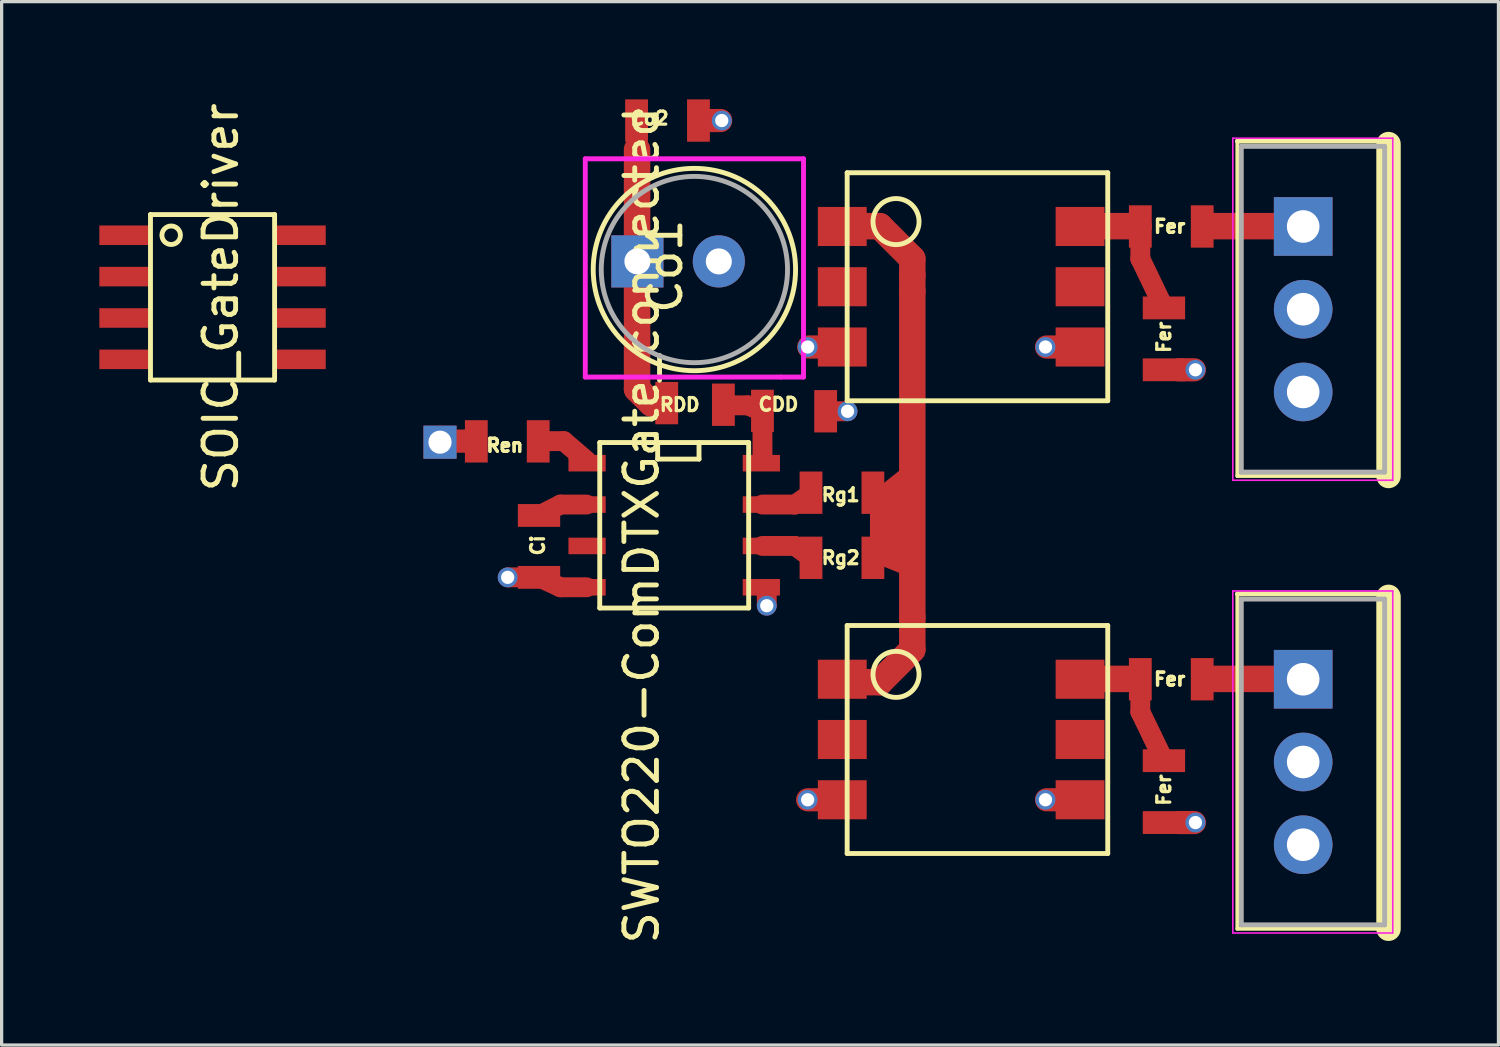
<source format=kicad_pcb>
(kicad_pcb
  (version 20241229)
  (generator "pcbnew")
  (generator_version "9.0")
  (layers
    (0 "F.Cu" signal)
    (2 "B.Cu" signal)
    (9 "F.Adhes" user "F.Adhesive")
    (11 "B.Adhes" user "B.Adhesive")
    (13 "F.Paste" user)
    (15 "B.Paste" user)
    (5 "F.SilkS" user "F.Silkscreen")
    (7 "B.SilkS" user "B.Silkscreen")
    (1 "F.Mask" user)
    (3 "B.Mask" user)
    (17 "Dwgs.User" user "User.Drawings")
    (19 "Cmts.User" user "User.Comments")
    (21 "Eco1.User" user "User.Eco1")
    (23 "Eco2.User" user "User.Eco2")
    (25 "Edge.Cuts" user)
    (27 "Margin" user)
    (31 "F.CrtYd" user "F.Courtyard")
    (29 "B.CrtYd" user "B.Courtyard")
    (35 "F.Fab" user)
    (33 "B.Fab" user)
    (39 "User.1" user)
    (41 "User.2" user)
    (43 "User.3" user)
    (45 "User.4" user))
  (footprint "SOIC_GateDriver"
    (layer "F.Cu")
    (at 3.475 6.077)
    (property "Reference" "SOIC_GateDriver" (at 0.254 0 90) (layer "F.SilkS") (effects (font (size 1 1) (thickness 0.15))))
    (attr through_hole)
    (fp_line (start -1.905 -2.54) (end 1.905 -2.54) (stroke (width 0.15) (type solid)) (layer "F.SilkS"))
    (fp_line (start -1.905 2.54) (end -1.905 -2.54) (stroke (width 0.15) (type solid)) (layer "F.SilkS"))
    (fp_line (start 1.905 -2.54) (end 1.905 2.54) (stroke (width 0.15) (type solid)) (layer "F.SilkS"))
    (fp_line (start 1.905 2.54) (end -1.905 2.54) (stroke (width 0.15) (type solid)) (layer "F.SilkS"))
    (fp_circle (center -1.27 -1.905) (end -1.524 -2.032) (stroke (width 0.15) (type solid)) (fill no) (layer "F.SilkS"))
    (pad "1" smd rect (at -2.7 -1.905 90) (size 0.6 1.55) (layers "F.Cu" "F.Mask" "F.Paste"))
    (pad "2" smd rect (at -2.7 -0.635 90) (size 0.6 1.55) (layers "F.Cu" "F.Mask" "F.Paste"))
    (pad "3" smd rect (at -2.7 0.635 90) (size 0.6 1.55) (layers "F.Cu" "F.Mask" "F.Paste"))
    (pad "4" smd rect (at -2.7 1.905 90) (size 0.6 1.55) (layers "F.Cu" "F.Mask" "F.Paste"))
    (pad "5" smd rect (at 2.7 1.905 90) (size 0.6 1.55) (layers "F.Cu" "F.Mask" "F.Paste"))
    (pad "6" smd rect (at 2.7 0.635 90) (size 0.6 1.55) (layers "F.Cu" "F.Mask" "F.Paste"))
    (pad "7" smd rect (at 2.7 -0.635 90) (size 0.6 1.55) (layers "F.Cu" "F.Mask" "F.Paste"))
    (pad "8" smd rect (at 2.7 -1.905 90) (size 0.6 1.55) (layers "F.Cu" "F.Mask" "F.Paste")))
  (footprint "SWTO220-ComDTXGate_connected"
    (layer "F.Cu")
    (at 36.958 13.393)
    (property "Reference" "SWTO220-ComDTXGate_connected" (at -20.31 -0.318 90) (layer "F.SilkS") (effects (font (size 1 1) (thickness 0.15))))
    (attr smd)
    (fp_line (start -26.5 -2.9) (end -25.6 -2.9) (stroke (width 0.711) (type solid)) (layer "F.Cu"))
    (fp_line (start -23.907 1.282) (end -24.39 1.282) (stroke (width 0.61) (type solid)) (layer "F.Cu"))
    (fp_line (start -23.5 -2.9) (end -22.7 -2.9) (stroke (width 0.61) (type solid)) (layer "F.Cu"))
    (fp_line (start -22.8 -0.953) (end -23.46 -0.618) (stroke (width 0.61) (type solid)) (layer "F.Cu"))
    (fp_line (start -22.8 1.587) (end -23.46 1.282) (stroke (width 0.61) (type solid)) (layer "F.Cu"))
    (fp_line (start -22.7 -2.9) (end -22 -2.3) (stroke (width 0.61) (type solid)) (layer "F.Cu"))
    (fp_line (start -22 -0.953) (end -22.8 -0.953) (stroke (width 0.61) (type solid)) (layer "F.Cu"))
    (fp_line (start -22 1.587) (end -22.8 1.587) (stroke (width 0.61) (type solid)) (layer "F.Cu"))
    (fp_line (start -20.45 -11.85) (end -20.45 -12.75) (stroke (width 0.61) (type solid)) (layer "F.Cu"))
    (fp_line (start -20.45 -8.45) (end -20.45 -11.85) (stroke (width 0.813) (type solid)) (layer "F.Cu"))
    (fp_line (start -20.45 -8.4) (end -20.45 -4.5) (stroke (width 0.813) (type solid)) (layer "F.Cu"))
    (fp_line (start -20.45 -4.5) (end -20 -4.05) (stroke (width 0.813) (type solid)) (layer "F.Cu"))
    (fp_line (start -20 -4.05) (end -19.7 -4.05) (stroke (width 0.61) (type solid)) (layer "F.Cu"))
    (fp_line (start -18.364 -12.742) (end -17.882 -12.742) (stroke (width 0.711) (type solid)) (layer "F.Cu"))
    (fp_line (start -17.8 -4) (end -17.05 -4) (stroke (width 0.61) (type solid)) (layer "F.Cu"))
    (fp_line (start -17.05 -4) (end -16.6 -3.8) (stroke (width 0.61) (type solid)) (layer "F.Cu"))
    (fp_line (start -16.6 -3.85) (end -16.6 -2.35) (stroke (width 0.61) (type solid)) (layer "F.Cu"))
    (fp_line (start -16.6 -0.953) (end -15.6 -0.953) (stroke (width 0.61) (type solid)) (layer "F.Cu"))
    (fp_line (start -16.6 0.318) (end -15.6 0.318) (stroke (width 0.61) (type solid)) (layer "F.Cu"))
    (fp_line (start -16.468 1.637) (end -16.468 2.12) (stroke (width 0.61) (type solid)) (layer "F.Cu"))
    (fp_line (start -15.1 -1.3) (end -15.6 -0.953) (stroke (width 0.61) (type solid)) (layer "F.Cu"))
    (fp_line (start -15.1 0.682) (end -15.6 0.318) (stroke (width 0.61) (type solid)) (layer "F.Cu"))
    (fp_line (start -14.697 -5.79) (end -15.18 -5.79) (stroke (width 0.711) (type solid)) (layer "F.Cu"))
    (fp_line (start -14.697 8.11) (end -15.212 8.11) (stroke (width 0.711) (type solid)) (layer "F.Cu"))
    (fp_line (start -14.503 -3.817) (end -14.02 -3.817) (stroke (width 0.61) (type solid)) (layer "F.Cu"))
    (fp_line (start -13 -9.5) (end -14 -9.5) (stroke (width 0.813) (type solid)) (layer "F.Cu"))
    (fp_line (start -13 4.5) (end -14 4.5) (stroke (width 0.813) (type solid)) (layer "F.Cu"))
    (fp_line (start -12 -8.5) (end -13 -9.5) (stroke (width 0.813) (type solid)) (layer "F.Cu"))
    (fp_line (start -12 -8) (end -12 -8.5) (stroke (width 0.813) (type solid)) (layer "F.Cu"))
    (fp_line (start -12 -7.5) (end -12 -8) (stroke (width 0.813) (type solid)) (layer "F.Cu"))
    (fp_line (start -12 2.5) (end -12 -7.5) (stroke (width 0.813) (type solid)) (layer "F.Cu"))
    (fp_line (start -12 2.5) (end -12 3.5) (stroke (width 0.813) (type solid)) (layer "F.Cu"))
    (fp_line (start -12 3.5) (end -13 4.5) (stroke (width 0.813) (type solid)) (layer "F.Cu"))
    (fp_line (start -7.397 -5.79) (end -7.88 -5.79) (stroke (width 0.711) (type solid)) (layer "F.Cu"))
    (fp_line (start -7.397 8.11) (end -7.88 8.11) (stroke (width 0.711) (type solid)) (layer "F.Cu"))
    (fp_line (start -6.7 4.4) (end -5.3 4.4) (stroke (width 0.813) (type solid)) (layer "F.Cu"))
    (fp_line (start -5.25 -9.5) (end -6.75 -9.5) (stroke (width 0.813) (type solid)) (layer "F.Cu"))
    (fp_line (start -5 -9.5) (end -5.5 -9.5) (stroke (width 0.711) (type solid)) (layer "F.Cu"))
    (fp_line (start -5 -9.49) (end -5 -8.49) (stroke (width 0.61) (type solid)) (layer "F.Cu"))
    (fp_line (start -5 4.41) (end -5 5.41) (stroke (width 0.61) (type solid)) (layer "F.Cu"))
    (fp_line (start -4.275 -6.99) (end -5 -8.5) (stroke (width 0.61) (type solid)) (layer "F.Cu"))
    (fp_line (start -4.275 6.91) (end -5 5.41) (stroke (width 0.61) (type solid)) (layer "F.Cu"))
    (fp_line (start -3.823 8.81) (end -3.34 8.81) (stroke (width 0.711) (type solid)) (layer "F.Cu"))
    (fp_line (start -3.34 -5.09) (end -3.823 -5.09) (stroke (width 0.711) (type solid)) (layer "F.Cu"))
    (fp_line (start -3 -9.5) (end 0 -9.5) (stroke (width 0.813) (type solid)) (layer "F.Cu"))
    (fp_line (start -2.9 4.4) (end 0 4.4) (stroke (width 0.813) (type solid)) (layer "F.Cu"))
    (fp_poly (pts (xy -13.25 -1.25) (xy -13.25 0.75) (xy -12 1.25) (xy -12 -2.25)) (stroke (width 0.1) (type solid)) (fill yes) (layer "F.Cu"))
    (fp_line (start -21.596 -2.857) (end -17.024 -2.857) (stroke (width 0.15) (type solid)) (layer "F.SilkS"))
    (fp_line (start -21.596 2.223) (end -21.596 -2.857) (stroke (width 0.15) (type solid)) (layer "F.SilkS"))
    (fp_line (start -19.818 -2.349) (end -19.818 -2.857) (stroke (width 0.15) (type solid)) (layer "F.SilkS"))
    (fp_line (start -18.548 -2.857) (end -18.548 -2.349) (stroke (width 0.15) (type solid)) (layer "F.SilkS"))
    (fp_line (start -18.548 -2.349) (end -19.818 -2.349) (stroke (width 0.15) (type solid)) (layer "F.SilkS"))
    (fp_line (start -17.024 -2.857) (end -17.024 2.223) (stroke (width 0.15) (type solid)) (layer "F.SilkS"))
    (fp_line (start -17.024 2.223) (end -21.596 2.223) (stroke (width 0.15) (type solid)) (layer "F.SilkS"))
    (fp_line (start -14 -11.14) (end -6 -11.14) (stroke (width 0.15) (type solid)) (layer "F.SilkS"))
    (fp_line (start -14 -4.14) (end -14 -11.14) (stroke (width 0.15) (type solid)) (layer "F.SilkS"))
    (fp_line (start -14 2.76) (end -6 2.76) (stroke (width 0.15) (type solid)) (layer "F.SilkS"))
    (fp_line (start -14 9.76) (end -14 2.76) (stroke (width 0.15) (type solid)) (layer "F.SilkS"))
    (fp_line (start -6 -11.14) (end -6 -4.14) (stroke (width 0.15) (type solid)) (layer "F.SilkS"))
    (fp_line (start -6 -4.14) (end -14 -4.14) (stroke (width 0.15) (type solid)) (layer "F.SilkS"))
    (fp_line (start -6 2.76) (end -6 9.76) (stroke (width 0.15) (type solid)) (layer "F.SilkS"))
    (fp_line (start -6 9.76) (end -14 9.76) (stroke (width 0.15) (type solid)) (layer "F.SilkS"))
    (fp_line (start -2.021 -12.07) (end -2.021 -1.83) (stroke (width 0.12) (type solid)) (layer "F.SilkS"))
    (fp_line (start -2.021 1.83) (end -2.021 12.07) (stroke (width 0.12) (type solid)) (layer "F.SilkS"))
    (fp_line (start 2.62 -12.11) (end -2.021 -12.11) (stroke (width 0.15) (type solid)) (layer "F.SilkS"))
    (fp_line (start 2.62 -12.02) (end 2.62 -1.83) (stroke (width 0.75) (type solid)) (layer "F.SilkS"))
    (fp_line (start 2.62 -1.83) (end -2.021 -1.83) (stroke (width 0.12) (type solid)) (layer "F.SilkS"))
    (fp_line (start 2.62 1.79) (end -2.021 1.79) (stroke (width 0.15) (type solid)) (layer "F.SilkS"))
    (fp_line (start 2.62 1.88) (end 2.62 12.07) (stroke (width 0.75) (type solid)) (layer "F.SilkS"))
    (fp_line (start 2.62 12.07) (end -2.021 12.07) (stroke (width 0.12) (type solid)) (layer "F.SilkS"))
    (fp_circle (center -18.69 -8.168) (end -20.39 -10.768) (stroke (width 0.15) (type solid)) (fill no) (layer "F.SilkS"))
    (fp_circle (center -12.5 -9.64) (end -13 -10.14) (stroke (width 0.15) (type solid)) (fill no) (layer "F.SilkS"))
    (fp_circle (center -12.5 4.26) (end -13 3.76) (stroke (width 0.15) (type solid)) (fill no) (layer "F.SilkS"))
    (fp_line (start -22.04 -11.568) (end -15.34 -11.568) (stroke (width 0.15) (type solid)) (layer "F.CrtYd"))
    (fp_line (start -22.04 -4.867) (end -22.04 -11.568) (stroke (width 0.15) (type solid)) (layer "F.CrtYd"))
    (fp_line (start -22.04 -4.867) (end -16.04 -4.867) (stroke (width 0.15) (type solid)) (layer "F.CrtYd"))
    (fp_line (start -16.04 -4.867) (end -15.34 -4.867) (stroke (width 0.15) (type solid)) (layer "F.CrtYd"))
    (fp_line (start -15.34 -11.568) (end -15.34 -4.867) (stroke (width 0.15) (type solid)) (layer "F.CrtYd"))
    (fp_line (start -2.16 -12.2) (end -2.16 -1.7) (stroke (width 0.05) (type solid)) (layer "F.CrtYd"))
    (fp_line (start -2.16 -1.7) (end 2.75 -1.7) (stroke (width 0.05) (type solid)) (layer "F.CrtYd"))
    (fp_line (start -2.16 1.7) (end -2.16 12.2) (stroke (width 0.05) (type solid)) (layer "F.CrtYd"))
    (fp_line (start -2.16 12.2) (end 2.75 12.2) (stroke (width 0.05) (type solid)) (layer "F.CrtYd"))
    (fp_line (start 2.75 -12.2) (end -2.16 -12.2) (stroke (width 0.05) (type solid)) (layer "F.CrtYd"))
    (fp_line (start 2.75 -1.7) (end 2.75 -12.2) (stroke (width 0.05) (type solid)) (layer "F.CrtYd"))
    (fp_line (start 2.75 1.7) (end -2.16 1.7) (stroke (width 0.05) (type solid)) (layer "F.CrtYd"))
    (fp_line (start 2.75 12.2) (end 2.75 1.7) (stroke (width 0.05) (type solid)) (layer "F.CrtYd"))
    (fp_line (start -1.9 -11.95) (end -1.9 -1.95) (stroke (width 0.15) (type solid)) (layer "F.Fab"))
    (fp_line (start -1.9 -1.95) (end 2.5 -1.95) (stroke (width 0.15) (type solid)) (layer "F.Fab"))
    (fp_line (start -1.9 1.95) (end -1.9 11.95) (stroke (width 0.15) (type solid)) (layer "F.Fab"))
    (fp_line (start -1.9 11.95) (end 2.5 11.95) (stroke (width 0.15) (type solid)) (layer "F.Fab"))
    (fp_line (start 2.5 -11.95) (end -1.9 -11.95) (stroke (width 0.15) (type solid)) (layer "F.Fab"))
    (fp_line (start 2.5 -1.95) (end 2.5 -11.95) (stroke (width 0.15) (type solid)) (layer "F.Fab"))
    (fp_line (start 2.5 1.95) (end -1.9 1.95) (stroke (width 0.15) (type solid)) (layer "F.Fab"))
    (fp_line (start 2.5 11.95) (end 2.5 1.95) (stroke (width 0.15) (type solid)) (layer "F.Fab"))
    (fp_circle (center -18.69 -8.168) (end -20.39 -10.467) (stroke (width 0.15) (type solid)) (fill no) (layer "F.Fab"))
    (fp_text user "CDD" (at -16.11 -4.027 180) (layer "F.SilkS") (effects (font (size 0.4 0.4) (thickness 0.1))))
    (fp_text user "Ren" (at -24.51 -2.768 0) (layer "F.SilkS") (effects (font (size 0.4 0.4) (thickness 0.1))))
    (fp_text user "Co2" (at -20.065 -12.812 0) (layer "F.SilkS") (effects (font (size 0.4 0.4) (thickness 0.1))))
    (fp_text user "RDD" (at -19.14 -4.018 180) (layer "F.SilkS") (effects (font (size 0.4 0.4) (thickness 0.1))))
    (fp_text user "Rg1" (at -14.2 -1.25 0) (layer "F.SilkS") (effects (font (size 0.4 0.4) (thickness 0.1))))
    (fp_text user "Fer" (at -4.1 4.41 180) (layer "F.SilkS") (effects (font (size 0.4 0.4) (thickness 0.1))))
    (fp_text user "Fer" (at -4.275 7.81 90) (layer "F.SilkS") (effects (font (size 0.4 0.4) (thickness 0.1))))
    (fp_text user "Ren" (at -24.51 -2.768 0) (layer "F.SilkS") (effects (font (size 0.4 0.4) (thickness 0.1))))
    (fp_text user "Fer" (at -4.1 4.41 180) (layer "F.SilkS") (effects (font (size 0.4 0.4) (thickness 0.1))))
    (fp_text user "Rg2" (at -14.2 0.682 0) (layer "F.SilkS") (effects (font (size 0.4 0.4) (thickness 0.1))))
    (fp_text user "Fer" (at -4.275 -6.09 90) (layer "F.SilkS") (effects (font (size 0.4 0.4) (thickness 0.1))))
    (fp_text user "Co1" (at -19.59 -8.268 270) (layer "F.SilkS") (effects (font (size 1 1) (thickness 0.15))))
    (fp_text user "Fer" (at -4.1 -9.49 180) (layer "F.SilkS") (effects (font (size 0.4 0.4) (thickness 0.1))))
    (fp_text user "Fer" (at -4.1 -9.49 180) (layer "F.SilkS") (effects (font (size 0.4 0.4) (thickness 0.1))))
    (fp_text user "Ci" (at -23.5 0.3 90) (layer "F.SilkS") (effects (font (size 0.4 0.4) (thickness 0.1))))
    (pad "+Vo" smd rect (at -20.465 -12.742 180) (size 0.7 1.3) (layers "F.Cu" "F.Mask" "F.Paste"))
    (pad "+Vo" thru_hole rect (at -20.44 -8.418 90) (size 1.6 1.6) (drill 0.8) (layers "*.Cu" "*.Mask"))
    (pad "+Vo" smd rect (at -19.54 -4.067 180) (size 0.7 1.3) (layers "F.Cu" "F.Mask" "F.Paste"))
    (pad "1" smd rect (at -14.15 -9.49 180) (size 1.5 1.2) (layers "F.Cu" "F.Mask" "F.Paste"))
    (pad "1" smd rect (at -14.15 4.41 180) (size 1.5 1.2) (layers "F.Cu" "F.Mask" "F.Paste"))
    (pad "1" smd rect (at -13.21 -1.317) (size 0.7 1.3) (layers "F.Cu" "F.Mask" "F.Paste"))
    (pad "1" smd rect (at -13.21 0.682) (size 0.7 1.3) (layers "F.Cu" "F.Mask" "F.Paste"))
    (pad "2a" smd rect (at -14.15 -7.64 180) (size 1.5 1.2) (layers "F.Cu" "F.Mask" "F.Paste"))
    (pad "2b" smd rect (at -14.15 6.26 180) (size 1.5 1.2) (layers "F.Cu" "F.Mask" "F.Paste"))
    (pad "5a" smd rect (at -6.85 -7.64 180) (size 1.5 1.2) (layers "F.Cu" "F.Mask" "F.Paste"))
    (pad "5b" smd rect (at -6.85 6.26 180) (size 1.5 1.2) (layers "F.Cu" "F.Mask" "F.Paste"))
    (pad "6a" smd rect (at -6.85 -9.49 180) (size 1.5 1.2) (layers "F.Cu" "F.Mask" "F.Paste"))
    (pad "6a" smd rect (at -5 -9.49 180) (size 0.7 1.3) (layers "F.Cu" "F.Mask" "F.Paste"))
    (pad "6a" smd rect (at -4.275 -6.99 90) (size 0.7 1.3) (layers "F.Cu" "F.Mask" "F.Paste"))
    (pad "6b" smd rect (at -6.85 4.41 180) (size 1.5 1.2) (layers "F.Cu" "F.Mask" "F.Paste"))
    (pad "6b" smd rect (at -5 4.41 180) (size 0.7 1.3) (layers "F.Cu" "F.Mask" "F.Paste"))
    (pad "6b" smd rect (at -4.275 6.91 90) (size 0.7 1.3) (layers "F.Cu" "F.Mask" "F.Paste"))
    (pad "D" thru_hole circle (at 0 -6.95 180) (size 1.8 1.8) (drill 1) (layers "*.Cu" "*.Mask"))
    (pad "D" thru_hole circle (at 0 6.95 180) (size 1.8 1.8) (drill 1) (layers "*.Cu" "*.Mask"))
    (pad "GNDi" thru_hole circle (at -24.422 1.282 90) (size 0.61 0.61) (drill 0.406) (layers "*.Cu" "*.Mask"))
    (pad "GNDi" smd rect (at -23.46 1.282 270) (size 0.7 1.3) (layers "F.Cu" "F.Mask" "F.Paste"))
    (pad "GNDi" smd rect (at -21.985 1.587 270) (size 0.508 1.143) (layers "F.Cu" "F.Mask" "F.Paste"))
    (pad "GNDi" smd rect (at -18.565 -12.742 180) (size 0.7 1.3) (layers "F.Cu" "F.Mask" "F.Paste"))
    (pad "GNDi" thru_hole circle (at -17.94 -8.418 90) (size 1.6 1.6) (drill 0.8) (layers "*.Cu" "*.Mask"))
    (pad "GNDi" thru_hole circle (at -17.85 -12.742 270) (size 0.61 0.61) (drill 0.406) (layers "*.Cu" "*.Mask"))
    (pad "GNDi" smd rect (at -16.635 1.587 270) (size 0.508 1.143) (layers "F.Cu" "F.Mask" "F.Paste"))
    (pad "GNDi" thru_hole circle (at -16.468 2.152 180) (size 0.61 0.61) (drill 0.406) (layers "*.Cu" "*.Mask"))
    (pad "GNDi" thru_hole circle (at -15.212 -5.79 90) (size 0.61 0.61) (drill 0.406) (layers "*.Cu" "*.Mask"))
    (pad "GNDi" thru_hole circle (at -15.212 8.11 90) (size 0.61 0.61) (drill 0.406) (layers "*.Cu" "*.Mask"))
    (pad "GNDi" smd rect (at -14.66 -3.817 180) (size 0.7 1.3) (layers "F.Cu" "F.Mask" "F.Paste"))
    (pad "GNDi" smd rect (at -14.15 -5.79 180) (size 1.5 1.2) (layers "F.Cu" "F.Mask" "F.Paste"))
    (pad "GNDi" smd rect (at -14.15 8.11 180) (size 1.5 1.2) (layers "F.Cu" "F.Mask" "F.Paste"))
    (pad "GNDi" thru_hole circle (at -13.988 -3.817 270) (size 0.61 0.61) (drill 0.406) (layers "*.Cu" "*.Mask"))
    (pad "Ga" smd rect (at -3.1 -9.49 180) (size 0.7 1.3) (layers "F.Cu" "F.Mask" "F.Paste"))
    (pad "Ga" thru_hole rect (at 0 -9.49 180) (size 1.8 1.8) (drill 1) (layers "*.Cu" "*.Mask"))
    (pad "Gb" smd rect (at -3.1 4.41 180) (size 0.7 1.3) (layers "F.Cu" "F.Mask" "F.Paste"))
    (pad "Gb" thru_hole rect (at 0 4.41 180) (size 1.8 1.8) (drill 1) (layers "*.Cu" "*.Mask"))
    (pad "NC" smd rect (at -21.985 0.318 270) (size 0.508 1.143) (layers "F.Cu" "F.Mask" "F.Paste"))
    (pad "Sa" thru_hole circle (at -7.912 -5.79 90) (size 0.61 0.61) (drill 0.406) (layers "*.Cu" "*.Mask"))
    (pad "Sa" smd rect (at -6.85 -5.79 180) (size 1.5 1.2) (layers "F.Cu" "F.Mask" "F.Paste"))
    (pad "Sa" smd rect (at -4.275 -5.09 90) (size 0.7 1.3) (layers "F.Cu" "F.Mask" "F.Paste"))
    (pad "Sa" thru_hole circle (at -3.308 -5.09 270) (size 0.61 0.61) (drill 0.406) (layers "*.Cu" "*.Mask"))
    (pad "Sa" thru_hole circle (at 0 -4.41 180) (size 1.8 1.8) (drill 1) (layers "*.Cu" "*.Mask"))
    (pad "Sb" thru_hole circle (at -7.912 8.11 90) (size 0.61 0.61) (drill 0.406) (layers "*.Cu" "*.Mask"))
    (pad "Sb" smd rect (at -6.85 8.11 180) (size 1.5 1.2) (layers "F.Cu" "F.Mask" "F.Paste"))
    (pad "Sb" smd rect (at -4.275 8.81 90) (size 0.7 1.3) (layers "F.Cu" "F.Mask" "F.Paste"))
    (pad "Sb" thru_hole circle (at -3.308 8.81 270) (size 0.61 0.61) (drill 0.406) (layers "*.Cu" "*.Mask"))
    (pad "Sb" thru_hole circle (at 0 9.49 180) (size 1.8 1.8) (drill 1) (layers "*.Cu" "*.Mask"))
    (pad "VDD" smd rect (at -17.8 -4.018 180) (size 0.7 1.3) (layers "F.Cu" "F.Mask" "F.Paste"))
    (pad "VDD" smd rect (at -16.635 -2.223 270) (size 0.508 1.143) (layers "F.Cu" "F.Mask" "F.Paste"))
    (pad "VDD" smd rect (at -16.6 -3.828 180) (size 0.7 1.3) (layers "F.Cu" "F.Mask" "F.Paste"))
    (pad "VDDi" smd rect (at -23.46 -0.618 270) (size 0.7 1.3) (layers "F.Cu" "F.Mask" "F.Paste"))
    (pad "VDDi" smd rect (at -21.985 -0.953 270) (size 0.508 1.143) (layers "F.Cu" "F.Mask" "F.Paste"))
    (pad "VI" smd rect (at -23.485 -2.893) (size 0.7 1.3) (layers "F.Cu" "F.Mask" "F.Paste"))
    (pad "VI" smd rect (at -21.985 -2.223 270) (size 0.508 1.143) (layers "F.Cu" "F.Mask" "F.Paste"))
    (pad "Vg+" smd rect (at -16.635 -0.953 270) (size 0.508 1.143) (layers "F.Cu" "F.Mask" "F.Paste"))
    (pad "Vg+" smd rect (at -15.11 -1.317) (size 0.7 1.3) (layers "F.Cu" "F.Mask" "F.Paste"))
    (pad "Vg-" smd rect (at -16.635 0.318 270) (size 0.508 1.143) (layers "F.Cu" "F.Mask" "F.Paste"))
    (pad "Vg-" smd rect (at -15.11 0.682) (size 0.7 1.3) (layers "F.Cu" "F.Mask" "F.Paste"))
    (pad "Vsig" thru_hole rect (at -26.5 -2.868 270) (size 1.016 1.016) (drill 0.711) (layers "*.Cu" "*.Mask"))
    (pad "Vsig" smd rect (at -25.385 -2.893) (size 0.7 1.3) (layers "F.Cu" "F.Mask" "F.Paste")))
  (gr_rect
    (start -3 -3)
    (end 42.953 29.033)
    (stroke (width 0.1) (type default))
    (fill no)
    (layer "Edge.Cuts")))
</source>
